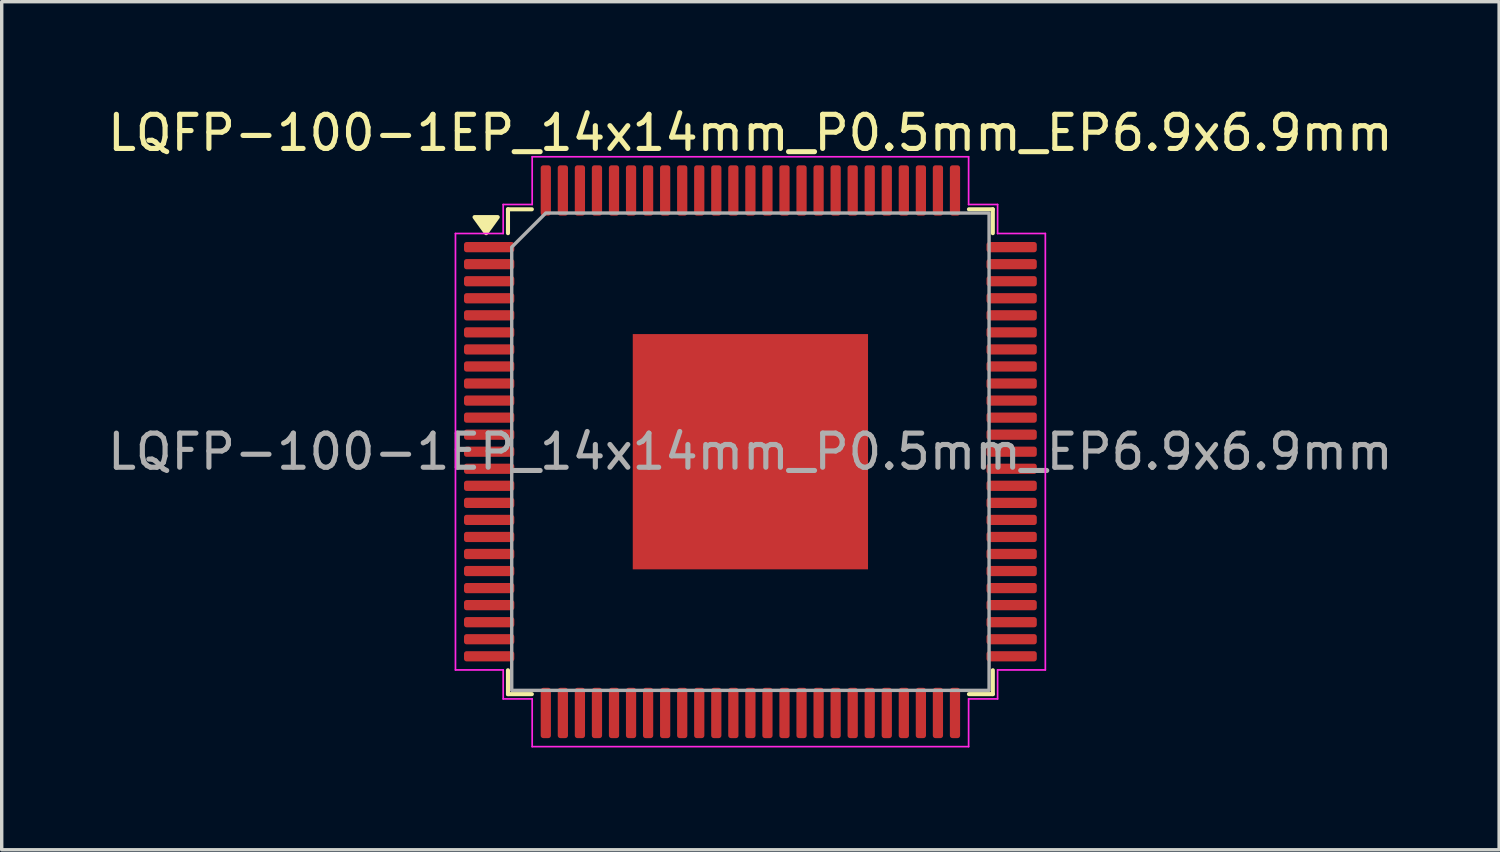
<source format=kicad_pcb>
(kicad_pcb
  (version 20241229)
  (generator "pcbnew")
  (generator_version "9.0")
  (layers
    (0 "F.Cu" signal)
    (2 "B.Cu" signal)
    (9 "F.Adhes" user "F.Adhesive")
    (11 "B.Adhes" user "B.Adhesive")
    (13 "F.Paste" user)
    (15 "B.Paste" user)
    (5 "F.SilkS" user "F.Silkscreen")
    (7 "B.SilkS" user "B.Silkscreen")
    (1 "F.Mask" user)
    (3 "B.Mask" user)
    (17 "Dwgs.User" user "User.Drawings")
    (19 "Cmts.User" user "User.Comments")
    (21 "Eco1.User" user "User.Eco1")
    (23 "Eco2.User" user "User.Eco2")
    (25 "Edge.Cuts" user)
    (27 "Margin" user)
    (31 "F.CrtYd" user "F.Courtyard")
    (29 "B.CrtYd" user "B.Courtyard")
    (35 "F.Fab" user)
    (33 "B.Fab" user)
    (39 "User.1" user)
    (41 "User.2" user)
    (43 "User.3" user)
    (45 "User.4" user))
  (footprint "LQFP-100-1EP_14x14mm_P0.5mm_EP6.9x6.9mm"
    (layer "F.Cu")
    (at 18.958 10.198)
    (property "Reference" "LQFP-100-1EP_14x14mm_P0.5mm_EP6.9x6.9mm" (at 0 -9.35 0) (layer "F.SilkS") (effects (font (size 1 1) (thickness 0.15))))
    (attr smd)
    (fp_line (start -7.11 -7.11) (end -6.41 -7.11) (stroke (width 0.12) (type solid)) (layer "F.SilkS"))
    (fp_line (start -7.11 -6.41) (end -7.11 -7.11) (stroke (width 0.12) (type solid)) (layer "F.SilkS"))
    (fp_line (start -7.11 7.11) (end -7.11 6.41) (stroke (width 0.12) (type solid)) (layer "F.SilkS"))
    (fp_line (start -6.41 7.11) (end -7.11 7.11) (stroke (width 0.12) (type solid)) (layer "F.SilkS"))
    (fp_line (start 6.41 -7.11) (end 7.11 -7.11) (stroke (width 0.12) (type solid)) (layer "F.SilkS"))
    (fp_line (start 7.11 -7.11) (end 7.11 -6.41) (stroke (width 0.12) (type solid)) (layer "F.SilkS"))
    (fp_line (start 7.11 6.41) (end 7.11 7.11) (stroke (width 0.12) (type solid)) (layer "F.SilkS"))
    (fp_line (start 7.11 7.11) (end 6.41 7.11) (stroke (width 0.12) (type solid)) (layer "F.SilkS"))
    (fp_poly (pts (xy -7.75 -6.41) (xy -8.09 -6.88) (xy -7.41 -6.88)) (stroke (width 0.12) (type solid)) (fill yes) (layer "F.SilkS"))
    (fp_line (start -8.65 -6.4) (end -7.25 -6.4) (stroke (width 0.05) (type solid)) (layer "F.CrtYd"))
    (fp_line (start -8.65 6.4) (end -8.65 -6.4) (stroke (width 0.05) (type solid)) (layer "F.CrtYd"))
    (fp_line (start -7.25 -7.25) (end -6.4 -7.25) (stroke (width 0.05) (type solid)) (layer "F.CrtYd"))
    (fp_line (start -7.25 -6.4) (end -7.25 -7.25) (stroke (width 0.05) (type solid)) (layer "F.CrtYd"))
    (fp_line (start -7.25 6.4) (end -8.65 6.4) (stroke (width 0.05) (type solid)) (layer "F.CrtYd"))
    (fp_line (start -7.25 7.25) (end -7.25 6.4) (stroke (width 0.05) (type solid)) (layer "F.CrtYd"))
    (fp_line (start -6.4 -8.65) (end 6.4 -8.65) (stroke (width 0.05) (type solid)) (layer "F.CrtYd"))
    (fp_line (start -6.4 -7.25) (end -6.4 -8.65) (stroke (width 0.05) (type solid)) (layer "F.CrtYd"))
    (fp_line (start -6.4 7.25) (end -7.25 7.25) (stroke (width 0.05) (type solid)) (layer "F.CrtYd"))
    (fp_line (start -6.4 8.65) (end -6.4 7.25) (stroke (width 0.05) (type solid)) (layer "F.CrtYd"))
    (fp_line (start 6.4 -8.65) (end 6.4 -7.25) (stroke (width 0.05) (type solid)) (layer "F.CrtYd"))
    (fp_line (start 6.4 -7.25) (end 7.25 -7.25) (stroke (width 0.05) (type solid)) (layer "F.CrtYd"))
    (fp_line (start 6.4 7.25) (end 6.4 8.65) (stroke (width 0.05) (type solid)) (layer "F.CrtYd"))
    (fp_line (start 6.4 8.65) (end -6.4 8.65) (stroke (width 0.05) (type solid)) (layer "F.CrtYd"))
    (fp_line (start 7.25 -7.25) (end 7.25 -6.4) (stroke (width 0.05) (type solid)) (layer "F.CrtYd"))
    (fp_line (start 7.25 -6.4) (end 8.65 -6.4) (stroke (width 0.05) (type solid)) (layer "F.CrtYd"))
    (fp_line (start 7.25 6.4) (end 7.25 7.25) (stroke (width 0.05) (type solid)) (layer "F.CrtYd"))
    (fp_line (start 7.25 7.25) (end 6.4 7.25) (stroke (width 0.05) (type solid)) (layer "F.CrtYd"))
    (fp_line (start 8.65 -6.4) (end 8.65 6.4) (stroke (width 0.05) (type solid)) (layer "F.CrtYd"))
    (fp_line (start 8.65 6.4) (end 7.25 6.4) (stroke (width 0.05) (type solid)) (layer "F.CrtYd"))
    (fp_poly (pts (xy -7 -6) (xy -7 7) (xy 7 7) (xy 7 -7) (xy -6 -7)) (stroke (width 0.1) (type solid)) (fill no) (layer "F.Fab"))
    (fp_text user "${REFERENCE}" (at 0 0 0) (layer "F.Fab") (effects (font (size 1 1) (thickness 0.15))))
    (pad "" smd roundrect (at -2.3 -2.3) (size 1.85 1.85) (layers "F.Paste") (roundrect_rratio 0.135))
    (pad "" smd roundrect (at -2.3 0) (size 1.85 1.85) (layers "F.Paste") (roundrect_rratio 0.135))
    (pad "" smd roundrect (at -2.3 2.3) (size 1.85 1.85) (layers "F.Paste") (roundrect_rratio 0.135))
    (pad "" smd roundrect (at 0 -2.3) (size 1.85 1.85) (layers "F.Paste") (roundrect_rratio 0.135))
    (pad "" smd roundrect (at 0 0) (size 1.85 1.85) (layers "F.Paste") (roundrect_rratio 0.135))
    (pad "" smd roundrect (at 0 2.3) (size 1.85 1.85) (layers "F.Paste") (roundrect_rratio 0.135))
    (pad "" smd roundrect (at 2.3 -2.3) (size 1.85 1.85) (layers "F.Paste") (roundrect_rratio 0.135))
    (pad "" smd roundrect (at 2.3 0) (size 1.85 1.85) (layers "F.Paste") (roundrect_rratio 0.135))
    (pad "" smd roundrect (at 2.3 2.3) (size 1.85 1.85) (layers "F.Paste") (roundrect_rratio 0.135))
    (pad "1" smd roundrect (at -7.662 -6) (size 1.475 0.3) (layers "F.Cu" "F.Mask" "F.Paste") (roundrect_rratio 0.25))
    (pad "2" smd roundrect (at -7.662 -5.5) (size 1.475 0.3) (layers "F.Cu" "F.Mask" "F.Paste") (roundrect_rratio 0.25))
    (pad "3" smd roundrect (at -7.662 -5) (size 1.475 0.3) (layers "F.Cu" "F.Mask" "F.Paste") (roundrect_rratio 0.25))
    (pad "4" smd roundrect (at -7.662 -4.5) (size 1.475 0.3) (layers "F.Cu" "F.Mask" "F.Paste") (roundrect_rratio 0.25))
    (pad "5" smd roundrect (at -7.662 -4) (size 1.475 0.3) (layers "F.Cu" "F.Mask" "F.Paste") (roundrect_rratio 0.25))
    (pad "6" smd roundrect (at -7.662 -3.5) (size 1.475 0.3) (layers "F.Cu" "F.Mask" "F.Paste") (roundrect_rratio 0.25))
    (pad "7" smd roundrect (at -7.662 -3) (size 1.475 0.3) (layers "F.Cu" "F.Mask" "F.Paste") (roundrect_rratio 0.25))
    (pad "8" smd roundrect (at -7.662 -2.5) (size 1.475 0.3) (layers "F.Cu" "F.Mask" "F.Paste") (roundrect_rratio 0.25))
    (pad "9" smd roundrect (at -7.662 -2) (size 1.475 0.3) (layers "F.Cu" "F.Mask" "F.Paste") (roundrect_rratio 0.25))
    (pad "10" smd roundrect (at -7.662 -1.5) (size 1.475 0.3) (layers "F.Cu" "F.Mask" "F.Paste") (roundrect_rratio 0.25))
    (pad "11" smd roundrect (at -7.662 -1) (size 1.475 0.3) (layers "F.Cu" "F.Mask" "F.Paste") (roundrect_rratio 0.25))
    (pad "12" smd roundrect (at -7.662 -0.5) (size 1.475 0.3) (layers "F.Cu" "F.Mask" "F.Paste") (roundrect_rratio 0.25))
    (pad "13" smd roundrect (at -7.662 0) (size 1.475 0.3) (layers "F.Cu" "F.Mask" "F.Paste") (roundrect_rratio 0.25))
    (pad "14" smd roundrect (at -7.662 0.5) (size 1.475 0.3) (layers "F.Cu" "F.Mask" "F.Paste") (roundrect_rratio 0.25))
    (pad "15" smd roundrect (at -7.662 1) (size 1.475 0.3) (layers "F.Cu" "F.Mask" "F.Paste") (roundrect_rratio 0.25))
    (pad "16" smd roundrect (at -7.662 1.5) (size 1.475 0.3) (layers "F.Cu" "F.Mask" "F.Paste") (roundrect_rratio 0.25))
    (pad "17" smd roundrect (at -7.662 2) (size 1.475 0.3) (layers "F.Cu" "F.Mask" "F.Paste") (roundrect_rratio 0.25))
    (pad "18" smd roundrect (at -7.662 2.5) (size 1.475 0.3) (layers "F.Cu" "F.Mask" "F.Paste") (roundrect_rratio 0.25))
    (pad "19" smd roundrect (at -7.662 3) (size 1.475 0.3) (layers "F.Cu" "F.Mask" "F.Paste") (roundrect_rratio 0.25))
    (pad "20" smd roundrect (at -7.662 3.5) (size 1.475 0.3) (layers "F.Cu" "F.Mask" "F.Paste") (roundrect_rratio 0.25))
    (pad "21" smd roundrect (at -7.662 4) (size 1.475 0.3) (layers "F.Cu" "F.Mask" "F.Paste") (roundrect_rratio 0.25))
    (pad "22" smd roundrect (at -7.662 4.5) (size 1.475 0.3) (layers "F.Cu" "F.Mask" "F.Paste") (roundrect_rratio 0.25))
    (pad "23" smd roundrect (at -7.662 5) (size 1.475 0.3) (layers "F.Cu" "F.Mask" "F.Paste") (roundrect_rratio 0.25))
    (pad "24" smd roundrect (at -7.662 5.5) (size 1.475 0.3) (layers "F.Cu" "F.Mask" "F.Paste") (roundrect_rratio 0.25))
    (pad "25" smd roundrect (at -7.662 6) (size 1.475 0.3) (layers "F.Cu" "F.Mask" "F.Paste") (roundrect_rratio 0.25))
    (pad "26" smd roundrect (at -6 7.662) (size 0.3 1.475) (layers "F.Cu" "F.Mask" "F.Paste") (roundrect_rratio 0.25))
    (pad "27" smd roundrect (at -5.5 7.662) (size 0.3 1.475) (layers "F.Cu" "F.Mask" "F.Paste") (roundrect_rratio 0.25))
    (pad "28" smd roundrect (at -5 7.662) (size 0.3 1.475) (layers "F.Cu" "F.Mask" "F.Paste") (roundrect_rratio 0.25))
    (pad "29" smd roundrect (at -4.5 7.662) (size 0.3 1.475) (layers "F.Cu" "F.Mask" "F.Paste") (roundrect_rratio 0.25))
    (pad "30" smd roundrect (at -4 7.662) (size 0.3 1.475) (layers "F.Cu" "F.Mask" "F.Paste") (roundrect_rratio 0.25))
    (pad "31" smd roundrect (at -3.5 7.662) (size 0.3 1.475) (layers "F.Cu" "F.Mask" "F.Paste") (roundrect_rratio 0.25))
    (pad "32" smd roundrect (at -3 7.662) (size 0.3 1.475) (layers "F.Cu" "F.Mask" "F.Paste") (roundrect_rratio 0.25))
    (pad "33" smd roundrect (at -2.5 7.662) (size 0.3 1.475) (layers "F.Cu" "F.Mask" "F.Paste") (roundrect_rratio 0.25))
    (pad "34" smd roundrect (at -2 7.662) (size 0.3 1.475) (layers "F.Cu" "F.Mask" "F.Paste") (roundrect_rratio 0.25))
    (pad "35" smd roundrect (at -1.5 7.662) (size 0.3 1.475) (layers "F.Cu" "F.Mask" "F.Paste") (roundrect_rratio 0.25))
    (pad "36" smd roundrect (at -1 7.662) (size 0.3 1.475) (layers "F.Cu" "F.Mask" "F.Paste") (roundrect_rratio 0.25))
    (pad "37" smd roundrect (at -0.5 7.662) (size 0.3 1.475) (layers "F.Cu" "F.Mask" "F.Paste") (roundrect_rratio 0.25))
    (pad "38" smd roundrect (at 0 7.662) (size 0.3 1.475) (layers "F.Cu" "F.Mask" "F.Paste") (roundrect_rratio 0.25))
    (pad "39" smd roundrect (at 0.5 7.662) (size 0.3 1.475) (layers "F.Cu" "F.Mask" "F.Paste") (roundrect_rratio 0.25))
    (pad "40" smd roundrect (at 1 7.662) (size 0.3 1.475) (layers "F.Cu" "F.Mask" "F.Paste") (roundrect_rratio 0.25))
    (pad "41" smd roundrect (at 1.5 7.662) (size 0.3 1.475) (layers "F.Cu" "F.Mask" "F.Paste") (roundrect_rratio 0.25))
    (pad "42" smd roundrect (at 2 7.662) (size 0.3 1.475) (layers "F.Cu" "F.Mask" "F.Paste") (roundrect_rratio 0.25))
    (pad "43" smd roundrect (at 2.5 7.662) (size 0.3 1.475) (layers "F.Cu" "F.Mask" "F.Paste") (roundrect_rratio 0.25))
    (pad "44" smd roundrect (at 3 7.662) (size 0.3 1.475) (layers "F.Cu" "F.Mask" "F.Paste") (roundrect_rratio 0.25))
    (pad "45" smd roundrect (at 3.5 7.662) (size 0.3 1.475) (layers "F.Cu" "F.Mask" "F.Paste") (roundrect_rratio 0.25))
    (pad "46" smd roundrect (at 4 7.662) (size 0.3 1.475) (layers "F.Cu" "F.Mask" "F.Paste") (roundrect_rratio 0.25))
    (pad "47" smd roundrect (at 4.5 7.662) (size 0.3 1.475) (layers "F.Cu" "F.Mask" "F.Paste") (roundrect_rratio 0.25))
    (pad "48" smd roundrect (at 5 7.662) (size 0.3 1.475) (layers "F.Cu" "F.Mask" "F.Paste") (roundrect_rratio 0.25))
    (pad "49" smd roundrect (at 5.5 7.662) (size 0.3 1.475) (layers "F.Cu" "F.Mask" "F.Paste") (roundrect_rratio 0.25))
    (pad "50" smd roundrect (at 6 7.662) (size 0.3 1.475) (layers "F.Cu" "F.Mask" "F.Paste") (roundrect_rratio 0.25))
    (pad "51" smd roundrect (at 7.662 6) (size 1.475 0.3) (layers "F.Cu" "F.Mask" "F.Paste") (roundrect_rratio 0.25))
    (pad "52" smd roundrect (at 7.662 5.5) (size 1.475 0.3) (layers "F.Cu" "F.Mask" "F.Paste") (roundrect_rratio 0.25))
    (pad "53" smd roundrect (at 7.662 5) (size 1.475 0.3) (layers "F.Cu" "F.Mask" "F.Paste") (roundrect_rratio 0.25))
    (pad "54" smd roundrect (at 7.662 4.5) (size 1.475 0.3) (layers "F.Cu" "F.Mask" "F.Paste") (roundrect_rratio 0.25))
    (pad "55" smd roundrect (at 7.662 4) (size 1.475 0.3) (layers "F.Cu" "F.Mask" "F.Paste") (roundrect_rratio 0.25))
    (pad "56" smd roundrect (at 7.662 3.5) (size 1.475 0.3) (layers "F.Cu" "F.Mask" "F.Paste") (roundrect_rratio 0.25))
    (pad "57" smd roundrect (at 7.662 3) (size 1.475 0.3) (layers "F.Cu" "F.Mask" "F.Paste") (roundrect_rratio 0.25))
    (pad "58" smd roundrect (at 7.662 2.5) (size 1.475 0.3) (layers "F.Cu" "F.Mask" "F.Paste") (roundrect_rratio 0.25))
    (pad "59" smd roundrect (at 7.662 2) (size 1.475 0.3) (layers "F.Cu" "F.Mask" "F.Paste") (roundrect_rratio 0.25))
    (pad "60" smd roundrect (at 7.662 1.5) (size 1.475 0.3) (layers "F.Cu" "F.Mask" "F.Paste") (roundrect_rratio 0.25))
    (pad "61" smd roundrect (at 7.662 1) (size 1.475 0.3) (layers "F.Cu" "F.Mask" "F.Paste") (roundrect_rratio 0.25))
    (pad "62" smd roundrect (at 7.662 0.5) (size 1.475 0.3) (layers "F.Cu" "F.Mask" "F.Paste") (roundrect_rratio 0.25))
    (pad "63" smd roundrect (at 7.662 0) (size 1.475 0.3) (layers "F.Cu" "F.Mask" "F.Paste") (roundrect_rratio 0.25))
    (pad "64" smd roundrect (at 7.662 -0.5) (size 1.475 0.3) (layers "F.Cu" "F.Mask" "F.Paste") (roundrect_rratio 0.25))
    (pad "65" smd roundrect (at 7.662 -1) (size 1.475 0.3) (layers "F.Cu" "F.Mask" "F.Paste") (roundrect_rratio 0.25))
    (pad "66" smd roundrect (at 7.662 -1.5) (size 1.475 0.3) (layers "F.Cu" "F.Mask" "F.Paste") (roundrect_rratio 0.25))
    (pad "67" smd roundrect (at 7.662 -2) (size 1.475 0.3) (layers "F.Cu" "F.Mask" "F.Paste") (roundrect_rratio 0.25))
    (pad "68" smd roundrect (at 7.662 -2.5) (size 1.475 0.3) (layers "F.Cu" "F.Mask" "F.Paste") (roundrect_rratio 0.25))
    (pad "69" smd roundrect (at 7.662 -3) (size 1.475 0.3) (layers "F.Cu" "F.Mask" "F.Paste") (roundrect_rratio 0.25))
    (pad "70" smd roundrect (at 7.662 -3.5) (size 1.475 0.3) (layers "F.Cu" "F.Mask" "F.Paste") (roundrect_rratio 0.25))
    (pad "71" smd roundrect (at 7.662 -4) (size 1.475 0.3) (layers "F.Cu" "F.Mask" "F.Paste") (roundrect_rratio 0.25))
    (pad "72" smd roundrect (at 7.662 -4.5) (size 1.475 0.3) (layers "F.Cu" "F.Mask" "F.Paste") (roundrect_rratio 0.25))
    (pad "73" smd roundrect (at 7.662 -5) (size 1.475 0.3) (layers "F.Cu" "F.Mask" "F.Paste") (roundrect_rratio 0.25))
    (pad "74" smd roundrect (at 7.662 -5.5) (size 1.475 0.3) (layers "F.Cu" "F.Mask" "F.Paste") (roundrect_rratio 0.25))
    (pad "75" smd roundrect (at 7.662 -6) (size 1.475 0.3) (layers "F.Cu" "F.Mask" "F.Paste") (roundrect_rratio 0.25))
    (pad "76" smd roundrect (at 6 -7.662) (size 0.3 1.475) (layers "F.Cu" "F.Mask" "F.Paste") (roundrect_rratio 0.25))
    (pad "77" smd roundrect (at 5.5 -7.662) (size 0.3 1.475) (layers "F.Cu" "F.Mask" "F.Paste") (roundrect_rratio 0.25))
    (pad "78" smd roundrect (at 5 -7.662) (size 0.3 1.475) (layers "F.Cu" "F.Mask" "F.Paste") (roundrect_rratio 0.25))
    (pad "79" smd roundrect (at 4.5 -7.662) (size 0.3 1.475) (layers "F.Cu" "F.Mask" "F.Paste") (roundrect_rratio 0.25))
    (pad "80" smd roundrect (at 4 -7.662) (size 0.3 1.475) (layers "F.Cu" "F.Mask" "F.Paste") (roundrect_rratio 0.25))
    (pad "81" smd roundrect (at 3.5 -7.662) (size 0.3 1.475) (layers "F.Cu" "F.Mask" "F.Paste") (roundrect_rratio 0.25))
    (pad "82" smd roundrect (at 3 -7.662) (size 0.3 1.475) (layers "F.Cu" "F.Mask" "F.Paste") (roundrect_rratio 0.25))
    (pad "83" smd roundrect (at 2.5 -7.662) (size 0.3 1.475) (layers "F.Cu" "F.Mask" "F.Paste") (roundrect_rratio 0.25))
    (pad "84" smd roundrect (at 2 -7.662) (size 0.3 1.475) (layers "F.Cu" "F.Mask" "F.Paste") (roundrect_rratio 0.25))
    (pad "85" smd roundrect (at 1.5 -7.662) (size 0.3 1.475) (layers "F.Cu" "F.Mask" "F.Paste") (roundrect_rratio 0.25))
    (pad "86" smd roundrect (at 1 -7.662) (size 0.3 1.475) (layers "F.Cu" "F.Mask" "F.Paste") (roundrect_rratio 0.25))
    (pad "87" smd roundrect (at 0.5 -7.662) (size 0.3 1.475) (layers "F.Cu" "F.Mask" "F.Paste") (roundrect_rratio 0.25))
    (pad "88" smd roundrect (at 0 -7.662) (size 0.3 1.475) (layers "F.Cu" "F.Mask" "F.Paste") (roundrect_rratio 0.25))
    (pad "89" smd roundrect (at -0.5 -7.662) (size 0.3 1.475) (layers "F.Cu" "F.Mask" "F.Paste") (roundrect_rratio 0.25))
    (pad "90" smd roundrect (at -1 -7.662) (size 0.3 1.475) (layers "F.Cu" "F.Mask" "F.Paste") (roundrect_rratio 0.25))
    (pad "91" smd roundrect (at -1.5 -7.662) (size 0.3 1.475) (layers "F.Cu" "F.Mask" "F.Paste") (roundrect_rratio 0.25))
    (pad "92" smd roundrect (at -2 -7.662) (size 0.3 1.475) (layers "F.Cu" "F.Mask" "F.Paste") (roundrect_rratio 0.25))
    (pad "93" smd roundrect (at -2.5 -7.662) (size 0.3 1.475) (layers "F.Cu" "F.Mask" "F.Paste") (roundrect_rratio 0.25))
    (pad "94" smd roundrect (at -3 -7.662) (size 0.3 1.475) (layers "F.Cu" "F.Mask" "F.Paste") (roundrect_rratio 0.25))
    (pad "95" smd roundrect (at -3.5 -7.662) (size 0.3 1.475) (layers "F.Cu" "F.Mask" "F.Paste") (roundrect_rratio 0.25))
    (pad "96" smd roundrect (at -4 -7.662) (size 0.3 1.475) (layers "F.Cu" "F.Mask" "F.Paste") (roundrect_rratio 0.25))
    (pad "97" smd roundrect (at -4.5 -7.662) (size 0.3 1.475) (layers "F.Cu" "F.Mask" "F.Paste") (roundrect_rratio 0.25))
    (pad "98" smd roundrect (at -5 -7.662) (size 0.3 1.475) (layers "F.Cu" "F.Mask" "F.Paste") (roundrect_rratio 0.25))
    (pad "99" smd roundrect (at -5.5 -7.662) (size 0.3 1.475) (layers "F.Cu" "F.Mask" "F.Paste") (roundrect_rratio 0.25))
    (pad "100" smd roundrect (at -6 -7.662) (size 0.3 1.475) (layers "F.Cu" "F.Mask" "F.Paste") (roundrect_rratio 0.25))
    (pad "101" smd rect (at 0 0) (size 6.9 6.9) (property pad_prop_heatsink) (layers "F.Cu" "F.Mask")))
  (gr_rect
    (start -3 -3)
    (end 40.917 21.873)
    (stroke (width 0.1) (type default))
    (fill no)
    (layer "Edge.Cuts")))
</source>
